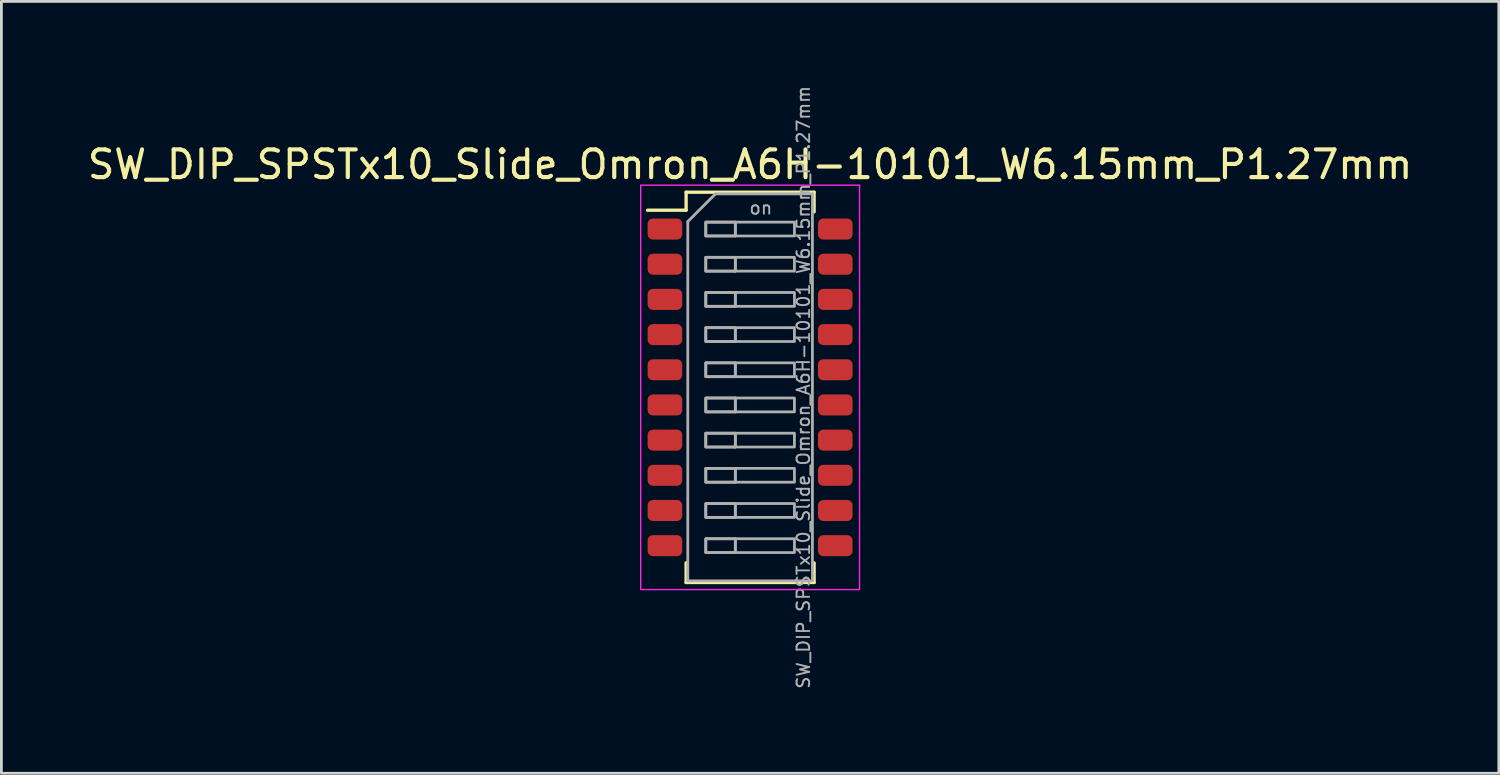
<source format=kicad_pcb>
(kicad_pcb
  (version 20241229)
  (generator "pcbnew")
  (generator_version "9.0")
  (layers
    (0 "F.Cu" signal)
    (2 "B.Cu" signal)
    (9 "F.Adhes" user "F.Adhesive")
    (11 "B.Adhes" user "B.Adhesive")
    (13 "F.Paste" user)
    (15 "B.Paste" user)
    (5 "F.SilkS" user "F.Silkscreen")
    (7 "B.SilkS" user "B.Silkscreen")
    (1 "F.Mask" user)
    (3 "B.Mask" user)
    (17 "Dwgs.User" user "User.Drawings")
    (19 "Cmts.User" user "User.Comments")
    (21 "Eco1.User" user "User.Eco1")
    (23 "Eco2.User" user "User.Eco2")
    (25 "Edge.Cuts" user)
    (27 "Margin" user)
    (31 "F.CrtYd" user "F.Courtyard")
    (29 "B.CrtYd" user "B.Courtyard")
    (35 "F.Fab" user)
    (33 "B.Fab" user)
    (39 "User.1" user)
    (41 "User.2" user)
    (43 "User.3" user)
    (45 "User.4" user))
  (footprint "SW_DIP_SPSTx10_Slide_Omron_A6H-10101_W6.15mm_P1.27mm"
    (layer "F.Cu")
    (at 24.03 10.934)
    (property "Reference" "SW_DIP_SPSTx10_Slide_Omron_A6H-10101_W6.15mm_P1.27mm" (at 0 -8.045 0) (layer "F.SilkS") (effects (font (size 1 1) (thickness 0.15))))
    (attr smd)
    (fp_line (start -3.7 -6.395) (end -2.31 -6.395) (stroke (width 0.12) (type solid)) (layer "F.SilkS"))
    (fp_line (start -2.31 -7.045) (end -2.31 -6.395) (stroke (width 0.12) (type solid)) (layer "F.SilkS"))
    (fp_line (start -2.31 -7.045) (end 2.31 -7.045) (stroke (width 0.12) (type solid)) (layer "F.SilkS"))
    (fp_line (start -2.31 7.045) (end -2.31 6.335) (stroke (width 0.12) (type solid)) (layer "F.SilkS"))
    (fp_line (start -2.31 7.045) (end 2.31 7.045) (stroke (width 0.12) (type solid)) (layer "F.SilkS"))
    (fp_line (start 2.31 -7.045) (end 2.31 -6.335) (stroke (width 0.12) (type solid)) (layer "F.SilkS"))
    (fp_line (start 2.31 7.045) (end 2.31 6.335) (stroke (width 0.12) (type solid)) (layer "F.SilkS"))
    (fp_rect (start -3.95 -7.3) (end 3.95 7.3) (stroke (width 0.05) (type solid)) (fill no) (layer "F.CrtYd"))
    (fp_line (start -2.25 -5.985) (end -1.25 -6.985) (stroke (width 0.1) (type solid)) (layer "F.Fab"))
    (fp_line (start -2.25 6.985) (end -2.25 -5.985) (stroke (width 0.1) (type solid)) (layer "F.Fab"))
    (fp_line (start -1.25 -6.985) (end 2.25 -6.985) (stroke (width 0.1) (type solid)) (layer "F.Fab"))
    (fp_line (start -0.533 -5.965) (end -0.533 -5.465) (stroke (width 0.1) (type solid)) (layer "F.Fab"))
    (fp_line (start -0.533 -4.695) (end -0.533 -4.195) (stroke (width 0.1) (type solid)) (layer "F.Fab"))
    (fp_line (start -0.533 -3.425) (end -0.533 -2.925) (stroke (width 0.1) (type solid)) (layer "F.Fab"))
    (fp_line (start -0.533 -2.155) (end -0.533 -1.655) (stroke (width 0.1) (type solid)) (layer "F.Fab"))
    (fp_line (start -0.533 -0.885) (end -0.533 -0.385) (stroke (width 0.1) (type solid)) (layer "F.Fab"))
    (fp_line (start -0.533 0.385) (end -0.533 0.885) (stroke (width 0.1) (type solid)) (layer "F.Fab"))
    (fp_line (start -0.533 1.655) (end -0.533 2.155) (stroke (width 0.1) (type solid)) (layer "F.Fab"))
    (fp_line (start -0.533 2.925) (end -0.533 3.425) (stroke (width 0.1) (type solid)) (layer "F.Fab"))
    (fp_line (start -0.533 4.195) (end -0.533 4.695) (stroke (width 0.1) (type solid)) (layer "F.Fab"))
    (fp_line (start -0.533 5.465) (end -0.533 5.965) (stroke (width 0.1) (type solid)) (layer "F.Fab"))
    (fp_line (start 2.25 -6.985) (end 2.25 6.985) (stroke (width 0.1) (type solid)) (layer "F.Fab"))
    (fp_line (start 2.25 6.985) (end -2.25 6.985) (stroke (width 0.1) (type solid)) (layer "F.Fab"))
    (fp_rect (start -1.6 -5.965) (end -0.533 -5.465) (stroke (width 0.1) (type solid)) (fill no) (layer "F.Fab"))
    (fp_rect (start -1.6 -5.965) (end 1.6 -5.465) (stroke (width 0.1) (type solid)) (fill no) (layer "F.Fab"))
    (fp_rect (start -1.6 -4.695) (end -0.533 -4.195) (stroke (width 0.1) (type solid)) (fill no) (layer "F.Fab"))
    (fp_rect (start -1.6 -4.695) (end 1.6 -4.195) (stroke (width 0.1) (type solid)) (fill no) (layer "F.Fab"))
    (fp_rect (start -1.6 -3.425) (end -0.533 -2.925) (stroke (width 0.1) (type solid)) (fill no) (layer "F.Fab"))
    (fp_rect (start -1.6 -3.425) (end 1.6 -2.925) (stroke (width 0.1) (type solid)) (fill no) (layer "F.Fab"))
    (fp_rect (start -1.6 -2.155) (end -0.533 -1.655) (stroke (width 0.1) (type solid)) (fill no) (layer "F.Fab"))
    (fp_rect (start -1.6 -2.155) (end 1.6 -1.655) (stroke (width 0.1) (type solid)) (fill no) (layer "F.Fab"))
    (fp_rect (start -1.6 -0.885) (end -0.533 -0.385) (stroke (width 0.1) (type solid)) (fill no) (layer "F.Fab"))
    (fp_rect (start -1.6 -0.885) (end 1.6 -0.385) (stroke (width 0.1) (type solid)) (fill no) (layer "F.Fab"))
    (fp_rect (start -1.6 0.385) (end -0.533 0.885) (stroke (width 0.1) (type solid)) (fill no) (layer "F.Fab"))
    (fp_rect (start -1.6 0.385) (end 1.6 0.885) (stroke (width 0.1) (type solid)) (fill no) (layer "F.Fab"))
    (fp_rect (start -1.6 1.655) (end -0.533 2.155) (stroke (width 0.1) (type solid)) (fill no) (layer "F.Fab"))
    (fp_rect (start -1.6 1.655) (end 1.6 2.155) (stroke (width 0.1) (type solid)) (fill no) (layer "F.Fab"))
    (fp_rect (start -1.6 2.925) (end -0.533 3.425) (stroke (width 0.1) (type solid)) (fill no) (layer "F.Fab"))
    (fp_rect (start -1.6 2.925) (end 1.6 3.425) (stroke (width 0.1) (type solid)) (fill no) (layer "F.Fab"))
    (fp_rect (start -1.6 4.195) (end -0.533 4.695) (stroke (width 0.1) (type solid)) (fill no) (layer "F.Fab"))
    (fp_rect (start -1.6 4.195) (end 1.6 4.695) (stroke (width 0.1) (type solid)) (fill no) (layer "F.Fab"))
    (fp_rect (start -1.6 5.465) (end -0.533 5.965) (stroke (width 0.1) (type solid)) (fill no) (layer "F.Fab"))
    (fp_rect (start -1.6 5.465) (end 1.6 5.965) (stroke (width 0.1) (type solid)) (fill no) (layer "F.Fab"))
    (fp_text user "on" (at 0.388 -6.475 0) (layer "F.Fab") (effects (font (size 0.455 0.455) (thickness 0.068))))
    (fp_text user "${REFERENCE}" (at 1.925 0 90) (layer "F.Fab") (effects (font (size 0.455 0.455) (thickness 0.068))))
    (pad "1" smd roundrect (at -3.075 -5.715) (size 1.25 0.76) (layers "F.Cu" "F.Mask" "F.Paste") (roundrect_rratio 0.25))
    (pad "2" smd roundrect (at -3.075 -4.445) (size 1.25 0.76) (layers "F.Cu" "F.Mask" "F.Paste") (roundrect_rratio 0.25))
    (pad "3" smd roundrect (at -3.075 -3.175) (size 1.25 0.76) (layers "F.Cu" "F.Mask" "F.Paste") (roundrect_rratio 0.25))
    (pad "4" smd roundrect (at -3.075 -1.905) (size 1.25 0.76) (layers "F.Cu" "F.Mask" "F.Paste") (roundrect_rratio 0.25))
    (pad "5" smd roundrect (at -3.075 -0.635) (size 1.25 0.76) (layers "F.Cu" "F.Mask" "F.Paste") (roundrect_rratio 0.25))
    (pad "6" smd roundrect (at -3.075 0.635) (size 1.25 0.76) (layers "F.Cu" "F.Mask" "F.Paste") (roundrect_rratio 0.25))
    (pad "7" smd roundrect (at -3.075 1.905) (size 1.25 0.76) (layers "F.Cu" "F.Mask" "F.Paste") (roundrect_rratio 0.25))
    (pad "8" smd roundrect (at -3.075 3.175) (size 1.25 0.76) (layers "F.Cu" "F.Mask" "F.Paste") (roundrect_rratio 0.25))
    (pad "9" smd roundrect (at -3.075 4.445) (size 1.25 0.76) (layers "F.Cu" "F.Mask" "F.Paste") (roundrect_rratio 0.25))
    (pad "10" smd roundrect (at -3.075 5.715) (size 1.25 0.76) (layers "F.Cu" "F.Mask" "F.Paste") (roundrect_rratio 0.25))
    (pad "11" smd roundrect (at 3.075 5.715) (size 1.25 0.76) (layers "F.Cu" "F.Mask" "F.Paste") (roundrect_rratio 0.25))
    (pad "12" smd roundrect (at 3.075 4.445) (size 1.25 0.76) (layers "F.Cu" "F.Mask" "F.Paste") (roundrect_rratio 0.25))
    (pad "13" smd roundrect (at 3.075 3.175) (size 1.25 0.76) (layers "F.Cu" "F.Mask" "F.Paste") (roundrect_rratio 0.25))
    (pad "14" smd roundrect (at 3.075 1.905) (size 1.25 0.76) (layers "F.Cu" "F.Mask" "F.Paste") (roundrect_rratio 0.25))
    (pad "15" smd roundrect (at 3.075 0.635) (size 1.25 0.76) (layers "F.Cu" "F.Mask" "F.Paste") (roundrect_rratio 0.25))
    (pad "16" smd roundrect (at 3.075 -0.635) (size 1.25 0.76) (layers "F.Cu" "F.Mask" "F.Paste") (roundrect_rratio 0.25))
    (pad "17" smd roundrect (at 3.075 -1.905) (size 1.25 0.76) (layers "F.Cu" "F.Mask" "F.Paste") (roundrect_rratio 0.25))
    (pad "18" smd roundrect (at 3.075 -3.175) (size 1.25 0.76) (layers "F.Cu" "F.Mask" "F.Paste") (roundrect_rratio 0.25))
    (pad "19" smd roundrect (at 3.075 -4.445) (size 1.25 0.76) (layers "F.Cu" "F.Mask" "F.Paste") (roundrect_rratio 0.25))
    (pad "20" smd roundrect (at 3.075 -5.715) (size 1.25 0.76) (layers "F.Cu" "F.Mask" "F.Paste") (roundrect_rratio 0.25)))
  (gr_rect
    (start -3 -3)
    (end 51.06 24.867)
    (stroke (width 0.1) (type default))
    (fill no)
    (layer "Edge.Cuts")))
</source>
